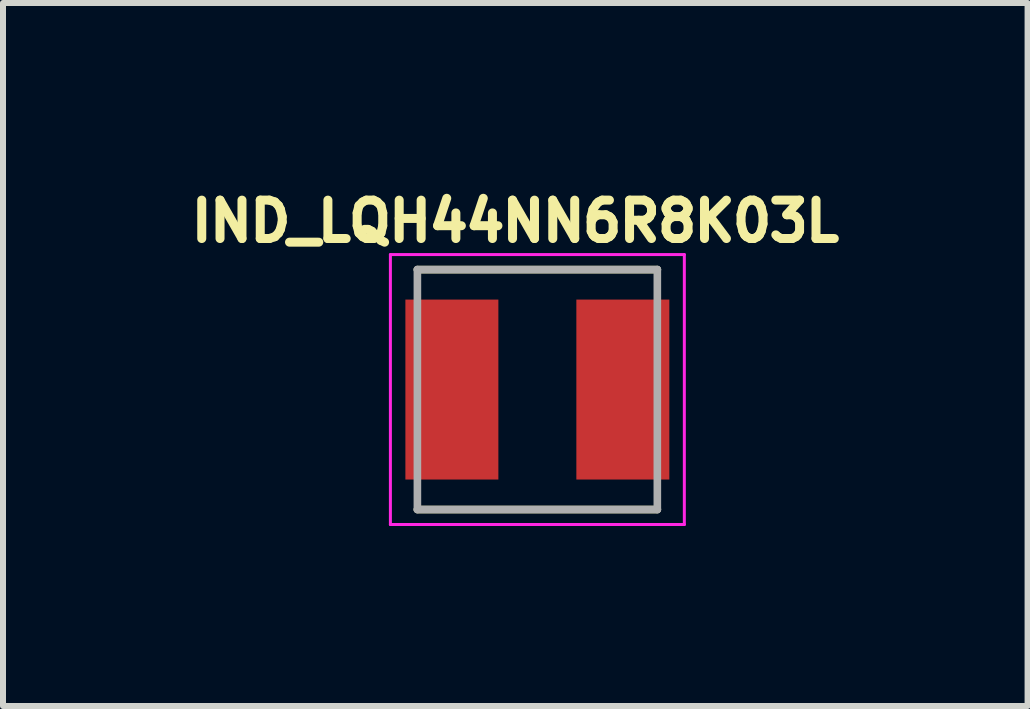
<source format=kicad_pcb>
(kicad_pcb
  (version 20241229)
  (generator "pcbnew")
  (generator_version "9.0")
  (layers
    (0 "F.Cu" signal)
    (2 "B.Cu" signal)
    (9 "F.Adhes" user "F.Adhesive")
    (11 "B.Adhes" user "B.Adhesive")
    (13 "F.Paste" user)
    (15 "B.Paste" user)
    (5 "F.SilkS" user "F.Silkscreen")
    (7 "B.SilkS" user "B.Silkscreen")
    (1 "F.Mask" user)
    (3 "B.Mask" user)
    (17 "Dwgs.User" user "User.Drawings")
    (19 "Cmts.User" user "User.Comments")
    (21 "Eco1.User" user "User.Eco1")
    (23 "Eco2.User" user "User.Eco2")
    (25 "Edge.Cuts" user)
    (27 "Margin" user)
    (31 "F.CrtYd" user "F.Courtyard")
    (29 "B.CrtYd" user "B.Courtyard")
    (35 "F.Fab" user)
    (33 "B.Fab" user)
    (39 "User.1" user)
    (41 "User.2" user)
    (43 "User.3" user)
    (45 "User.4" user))
  (footprint "IND_LQH44NN6R8K03L"
    (layer "F.Cu")
    (at 5.908 3.444)
    (property "Reference" "IND_LQH44NN6R8K03L" (at -0.368 -2.806 0) (layer "F.SilkS") (effects (font (size 0.64 0.64) (thickness 0.15))))
    (attr through_hole)
    (fp_line (start -2 -2) (end 2 -2) (stroke (width 0.127) (type solid)) (layer "F.SilkS"))
    (fp_line (start -2 2) (end 2 2) (stroke (width 0.127) (type solid)) (layer "F.SilkS"))
    (fp_line (start -2.45 -2.25) (end 2.45 -2.25) (stroke (width 0.05) (type solid)) (layer "F.CrtYd"))
    (fp_line (start -2.45 2.25) (end -2.45 -2.25) (stroke (width 0.05) (type solid)) (layer "F.CrtYd"))
    (fp_line (start 2.45 -2.25) (end 2.45 2.25) (stroke (width 0.05) (type solid)) (layer "F.CrtYd"))
    (fp_line (start 2.45 2.25) (end -2.45 2.25) (stroke (width 0.05) (type solid)) (layer "F.CrtYd"))
    (fp_line (start -2 -2) (end 2 -2) (stroke (width 0.127) (type solid)) (layer "F.Fab"))
    (fp_line (start -2 2) (end -2 -2) (stroke (width 0.127) (type solid)) (layer "F.Fab"))
    (fp_line (start 2 -2) (end 2 2) (stroke (width 0.127) (type solid)) (layer "F.Fab"))
    (fp_line (start 2 2) (end -2 2) (stroke (width 0.127) (type solid)) (layer "F.Fab"))
    (pad "1" smd rect (at -1.425 0) (size 1.55 3) (layers "F.Cu" "F.Mask" "F.Paste"))
    (pad "2" smd rect (at 1.425 0 180) (size 1.55 3) (layers "F.Cu" "F.Mask" "F.Paste")))
  (gr_rect
    (start -3 -3)
    (end 14.08 8.719)
    (stroke (width 0.1) (type default))
    (fill no)
    (layer "Edge.Cuts")))
</source>
